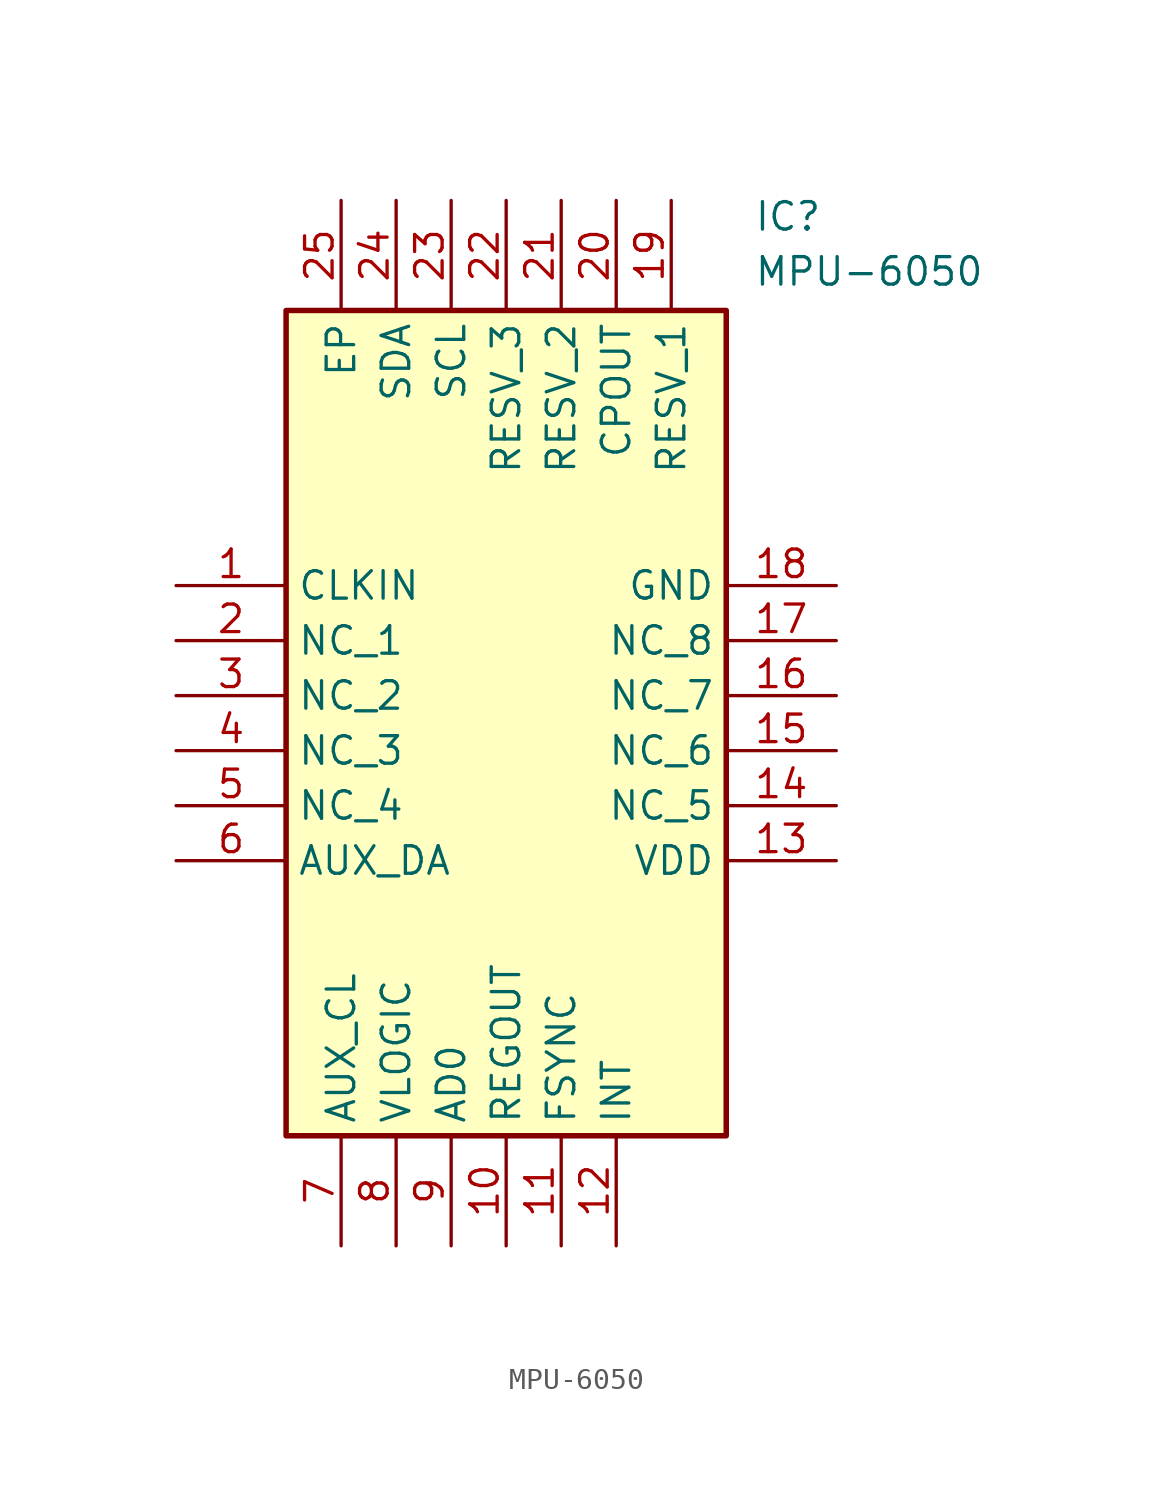
<source format=kicad_sym>
(kicad_symbol_lib
  (version 20211014)
  (generator SamacSys_ECAD_Model)
  (symbol "MPU-6050"
    (property "Reference" "IC"
      (at 26.67 17.78 0)
      (effects (font (size 1.27 1.27)) (justify left top)))
    (property "Value" "MPU-6050"
      (at 26.67 15.24 0)
      (effects (font (size 1.27 1.27)) (justify left top)))
    (rectangle
      (start 5.08 12.7)
      (end 25.4 -25.4)
      (stroke (width 0.254) (type default))
      (fill (type background)))
    (pin passive line
      (at 0 0 0)
      (length 5.08)
      (name "CLKIN" (effects (font (size 1.27 1.27))))
      (number "1" (effects (font (size 1.27 1.27)))))
    (pin passive line
      (at 0 -2.54 0)
      (length 5.08)
      (name "NC_1" (effects (font (size 1.27 1.27))))
      (number "2" (effects (font (size 1.27 1.27)))))
    (pin passive line
      (at 0 -5.08 0)
      (length 5.08)
      (name "NC_2" (effects (font (size 1.27 1.27))))
      (number "3" (effects (font (size 1.27 1.27)))))
    (pin passive line
      (at 0 -7.62 0)
      (length 5.08)
      (name "NC_3" (effects (font (size 1.27 1.27))))
      (number "4" (effects (font (size 1.27 1.27)))))
    (pin passive line
      (at 0 -10.16 0)
      (length 5.08)
      (name "NC_4" (effects (font (size 1.27 1.27))))
      (number "5" (effects (font (size 1.27 1.27)))))
    (pin passive line
      (at 0 -12.7 0)
      (length 5.08)
      (name "AUX_DA" (effects (font (size 1.27 1.27))))
      (number "6" (effects (font (size 1.27 1.27)))))
    (pin passive line
      (at 7.62 -30.48 90)
      (length 5.08)
      (name "AUX_CL" (effects (font (size 1.27 1.27))))
      (number "7" (effects (font (size 1.27 1.27)))))
    (pin passive line
      (at 10.16 -30.48 90)
      (length 5.08)
      (name "VLOGIC" (effects (font (size 1.27 1.27))))
      (number "8" (effects (font (size 1.27 1.27)))))
    (pin passive line
      (at 12.7 -30.48 90)
      (length 5.08)
      (name "AD0" (effects (font (size 1.27 1.27))))
      (number "9" (effects (font (size 1.27 1.27)))))
    (pin passive line
      (at 15.24 -30.48 90)
      (length 5.08)
      (name "REGOUT" (effects (font (size 1.27 1.27))))
      (number "10" (effects (font (size 1.27 1.27)))))
    (pin passive line
      (at 17.78 -30.48 90)
      (length 5.08)
      (name "FSYNC" (effects (font (size 1.27 1.27))))
      (number "11" (effects (font (size 1.27 1.27)))))
    (pin passive line
      (at 20.32 -30.48 90)
      (length 5.08)
      (name "INT" (effects (font (size 1.27 1.27))))
      (number "12" (effects (font (size 1.27 1.27)))))
    (pin passive line
      (at 30.48 -12.7 180)
      (length 5.08)
      (name "VDD" (effects (font (size 1.27 1.27))))
      (number "13" (effects (font (size 1.27 1.27)))))
    (pin passive line
      (at 30.48 -10.16 180)
      (length 5.08)
      (name "NC_5" (effects (font (size 1.27 1.27))))
      (number "14" (effects (font (size 1.27 1.27)))))
    (pin passive line
      (at 30.48 -7.62 180)
      (length 5.08)
      (name "NC_6" (effects (font (size 1.27 1.27))))
      (number "15" (effects (font (size 1.27 1.27)))))
    (pin passive line
      (at 30.48 -5.08 180)
      (length 5.08)
      (name "NC_7" (effects (font (size 1.27 1.27))))
      (number "16" (effects (font (size 1.27 1.27)))))
    (pin passive line
      (at 30.48 -2.54 180)
      (length 5.08)
      (name "NC_8" (effects (font (size 1.27 1.27))))
      (number "17" (effects (font (size 1.27 1.27)))))
    (pin passive line
      (at 30.48 0 180)
      (length 5.08)
      (name "GND" (effects (font (size 1.27 1.27))))
      (number "18" (effects (font (size 1.27 1.27)))))
    (pin passive line
      (at 22.86 17.78 270)
      (length 5.08)
      (name "RESV_1" (effects (font (size 1.27 1.27))))
      (number "19" (effects (font (size 1.27 1.27)))))
    (pin passive line
      (at 20.32 17.78 270)
      (length 5.08)
      (name "CPOUT" (effects (font (size 1.27 1.27))))
      (number "20" (effects (font (size 1.27 1.27)))))
    (pin passive line
      (at 17.78 17.78 270)
      (length 5.08)
      (name "RESV_2" (effects (font (size 1.27 1.27))))
      (number "21" (effects (font (size 1.27 1.27)))))
    (pin passive line
      (at 15.24 17.78 270)
      (length 5.08)
      (name "RESV_3" (effects (font (size 1.27 1.27))))
      (number "22" (effects (font (size 1.27 1.27)))))
    (pin passive line
      (at 12.7 17.78 270)
      (length 5.08)
      (name "SCL" (effects (font (size 1.27 1.27))))
      (number "23" (effects (font (size 1.27 1.27)))))
    (pin passive line
      (at 10.16 17.78 270)
      (length 5.08)
      (name "SDA" (effects (font (size 1.27 1.27))))
      (number "24" (effects (font (size 1.27 1.27)))))
    (pin passive line
      (at 7.62 17.78 270)
      (length 5.08)
      (name "EP" (effects (font (size 1.27 1.27))))
      (number "25" (effects (font (size 1.27 1.27)))))))
</source>
